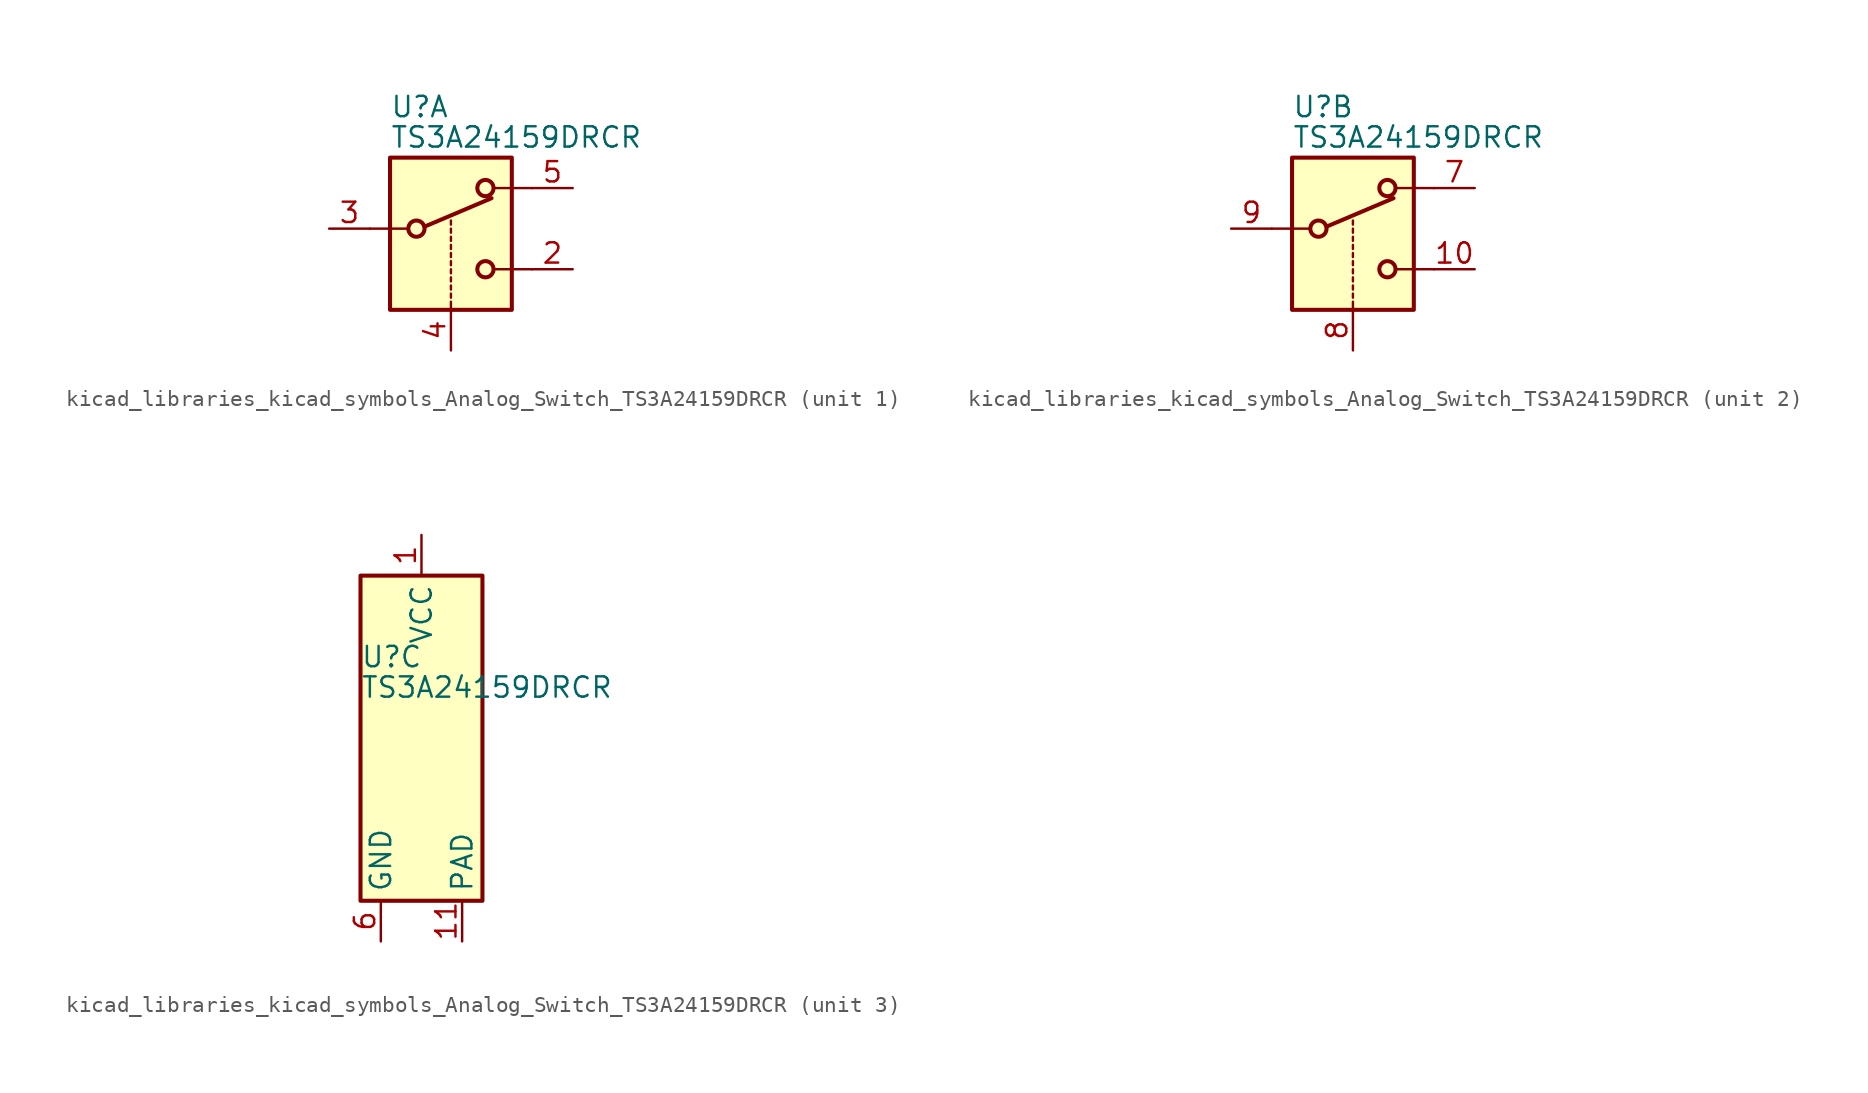
<source format=kicad_sym>
(kicad_symbol_lib
  (version 20220914)
  (generator kicad_symbol_editor)
  (symbol "kicad_libraries_kicad_symbols_Analog_Switch_TS3A24159DRCR"
    (property "Reference" "U"
      (at -3.81 5.08 0)
      (effects (font (size 1.27 1.27)) (justify left)))
    (property "Value" "TS3A24159DRCR"
      (at -3.81 3.175 0)
      (effects (font (size 1.27 1.27)) (justify left)))
    (property "ki_locked" ""
      (at 0 0 0)
      (effects (font (size 1.27 1.27))))
    (symbol "kicad_libraries_kicad_symbols_Analog_Switch_TS3A24159DRCR_1_1"
      (rectangle (start -3.81 1.905) (end 3.81 -7.62) (stroke (width 0.254) (type default)) (fill (type background)))
      (circle (center -2.159 -2.54) (radius 0.508) (stroke (width 0.254) (type default)) (fill (type none)))
      (polyline (pts (xy -5.08 -2.54) (xy -2.794 -2.54)) (stroke (width 0) (type default)) (fill (type none)))
      (polyline (pts (xy -1.651 -2.413) (xy 2.54 -0.635)) (stroke (width 0.254) (type default)) (fill (type none)))
      (polyline (pts (xy 0 -7.62) (xy 0 -7.112)) (stroke (width 0) (type default)) (fill (type none)))
      (polyline (pts (xy 0 -6.858) (xy 0 -6.604)) (stroke (width 0) (type default)) (fill (type none)))
      (polyline (pts (xy 0 -6.35) (xy 0 -6.096)) (stroke (width 0) (type default)) (fill (type none)))
      (polyline (pts (xy 0 -5.842) (xy 0 -5.588)) (stroke (width 0) (type default)) (fill (type none)))
      (polyline (pts (xy 0 -5.334) (xy 0 -5.08)) (stroke (width 0) (type default)) (fill (type none)))
      (polyline (pts (xy 0 -4.826) (xy 0 -4.572)) (stroke (width 0) (type default)) (fill (type none)))
      (polyline (pts (xy 0 -4.318) (xy 0 -4.064)) (stroke (width 0) (type default)) (fill (type none)))
      (polyline (pts (xy 0 -3.81) (xy 0 -3.556)) (stroke (width 0) (type default)) (fill (type none)))
      (polyline (pts (xy 0 -3.302) (xy 0 -3.048)) (stroke (width 0) (type default)) (fill (type none)))
      (polyline (pts (xy 0 -2.794) (xy 0 -2.54)) (stroke (width 0) (type default)) (fill (type none)))
      (polyline (pts (xy 0 -2.286) (xy 0 -2.032)) (stroke (width 0) (type default)) (fill (type none)))
      (polyline (pts (xy 5.08 -5.08) (xy 2.794 -5.08)) (stroke (width 0) (type default)) (fill (type none)))
      (polyline (pts (xy 5.08 0) (xy 2.794 0)) (stroke (width 0) (type default)) (fill (type none)))
      (circle (center 2.159 -5.08) (radius 0.508) (stroke (width 0.254) (type default)) (fill (type none)))
      (circle (center 2.159 0) (radius 0.508) (stroke (width 0.254) (type default)) (fill (type none)))
      (pin passive line (at 7.62 -5.08 180) (length 2.54) (name "~" (effects (font (size 1.27 1.27)))) (number "2" (effects (font (size 1.27 1.27)))))
      (pin passive line (at -7.62 -2.54 0) (length 2.54) (name "~" (effects (font (size 1.27 1.27)))) (number "3" (effects (font (size 1.27 1.27)))))
      (pin input line (at 0 -10.16 90) (length 2.54) (name "~" (effects (font (size 1.27 1.27)))) (number "4" (effects (font (size 1.27 1.27)))))
      (pin passive line (at 7.62 0 180) (length 2.54) (name "~" (effects (font (size 1.27 1.27)))) (number "5" (effects (font (size 1.27 1.27))))))
    (symbol "kicad_libraries_kicad_symbols_Analog_Switch_TS3A24159DRCR_2_1"
      (rectangle (start -3.81 1.905) (end 3.81 -7.62) (stroke (width 0.254) (type default)) (fill (type background)))
      (circle (center -2.159 -2.54) (radius 0.508) (stroke (width 0.254) (type default)) (fill (type none)))
      (polyline (pts (xy -5.08 -2.54) (xy -2.794 -2.54)) (stroke (width 0) (type default)) (fill (type none)))
      (polyline (pts (xy -1.651 -2.413) (xy 2.54 -0.635)) (stroke (width 0.254) (type default)) (fill (type none)))
      (polyline (pts (xy 0 -7.62) (xy 0 -7.112)) (stroke (width 0) (type default)) (fill (type none)))
      (polyline (pts (xy 0 -6.858) (xy 0 -6.604)) (stroke (width 0) (type default)) (fill (type none)))
      (polyline (pts (xy 0 -6.35) (xy 0 -6.096)) (stroke (width 0) (type default)) (fill (type none)))
      (polyline (pts (xy 0 -5.842) (xy 0 -5.588)) (stroke (width 0) (type default)) (fill (type none)))
      (polyline (pts (xy 0 -5.334) (xy 0 -5.08)) (stroke (width 0) (type default)) (fill (type none)))
      (polyline (pts (xy 0 -4.826) (xy 0 -4.572)) (stroke (width 0) (type default)) (fill (type none)))
      (polyline (pts (xy 0 -4.318) (xy 0 -4.064)) (stroke (width 0) (type default)) (fill (type none)))
      (polyline (pts (xy 0 -3.81) (xy 0 -3.556)) (stroke (width 0) (type default)) (fill (type none)))
      (polyline (pts (xy 0 -3.302) (xy 0 -3.048)) (stroke (width 0) (type default)) (fill (type none)))
      (polyline (pts (xy 0 -2.794) (xy 0 -2.54)) (stroke (width 0) (type default)) (fill (type none)))
      (polyline (pts (xy 0 -2.286) (xy 0 -2.032)) (stroke (width 0) (type default)) (fill (type none)))
      (polyline (pts (xy 5.08 -5.08) (xy 2.794 -5.08)) (stroke (width 0) (type default)) (fill (type none)))
      (polyline (pts (xy 5.08 0) (xy 2.794 0)) (stroke (width 0) (type default)) (fill (type none)))
      (circle (center 2.159 -5.08) (radius 0.508) (stroke (width 0.254) (type default)) (fill (type none)))
      (circle (center 2.159 0) (radius 0.508) (stroke (width 0.254) (type default)) (fill (type none)))
      (pin passive line (at 7.62 -5.08 180) (length 2.54) (name "~" (effects (font (size 1.27 1.27)))) (number "10" (effects (font (size 1.27 1.27)))))
      (pin passive line (at 7.62 0 180) (length 2.54) (name "~" (effects (font (size 1.27 1.27)))) (number "7" (effects (font (size 1.27 1.27)))))
      (pin input line (at 0 -10.16 90) (length 2.54) (name "~" (effects (font (size 1.27 1.27)))) (number "8" (effects (font (size 1.27 1.27)))))
      (pin passive line (at -7.62 -2.54 0) (length 2.54) (name "~" (effects (font (size 1.27 1.27)))) (number "9" (effects (font (size 1.27 1.27))))))
    (symbol "kicad_libraries_kicad_symbols_Analog_Switch_TS3A24159DRCR_3_1"
      (rectangle (start -3.81 10.16) (end 3.81 -10.16) (stroke (width 0.254) (type default)) (fill (type background)))
      (pin power_in line (at 0 12.7 270) (length 2.54) (name "VCC" (effects (font (size 1.27 1.27)))) (number "1" (effects (font (size 1.27 1.27)))))
      (pin passive line (at 2.54 -12.7 90) (length 2.54) (name "PAD" (effects (font (size 1.27 1.27)))) (number "11" (effects (font (size 1.27 1.27)))))
      (pin power_in line (at -2.54 -12.7 90) (length 2.54) (name "GND" (effects (font (size 1.27 1.27)))) (number "6" (effects (font (size 1.27 1.27))))))))
</source>
